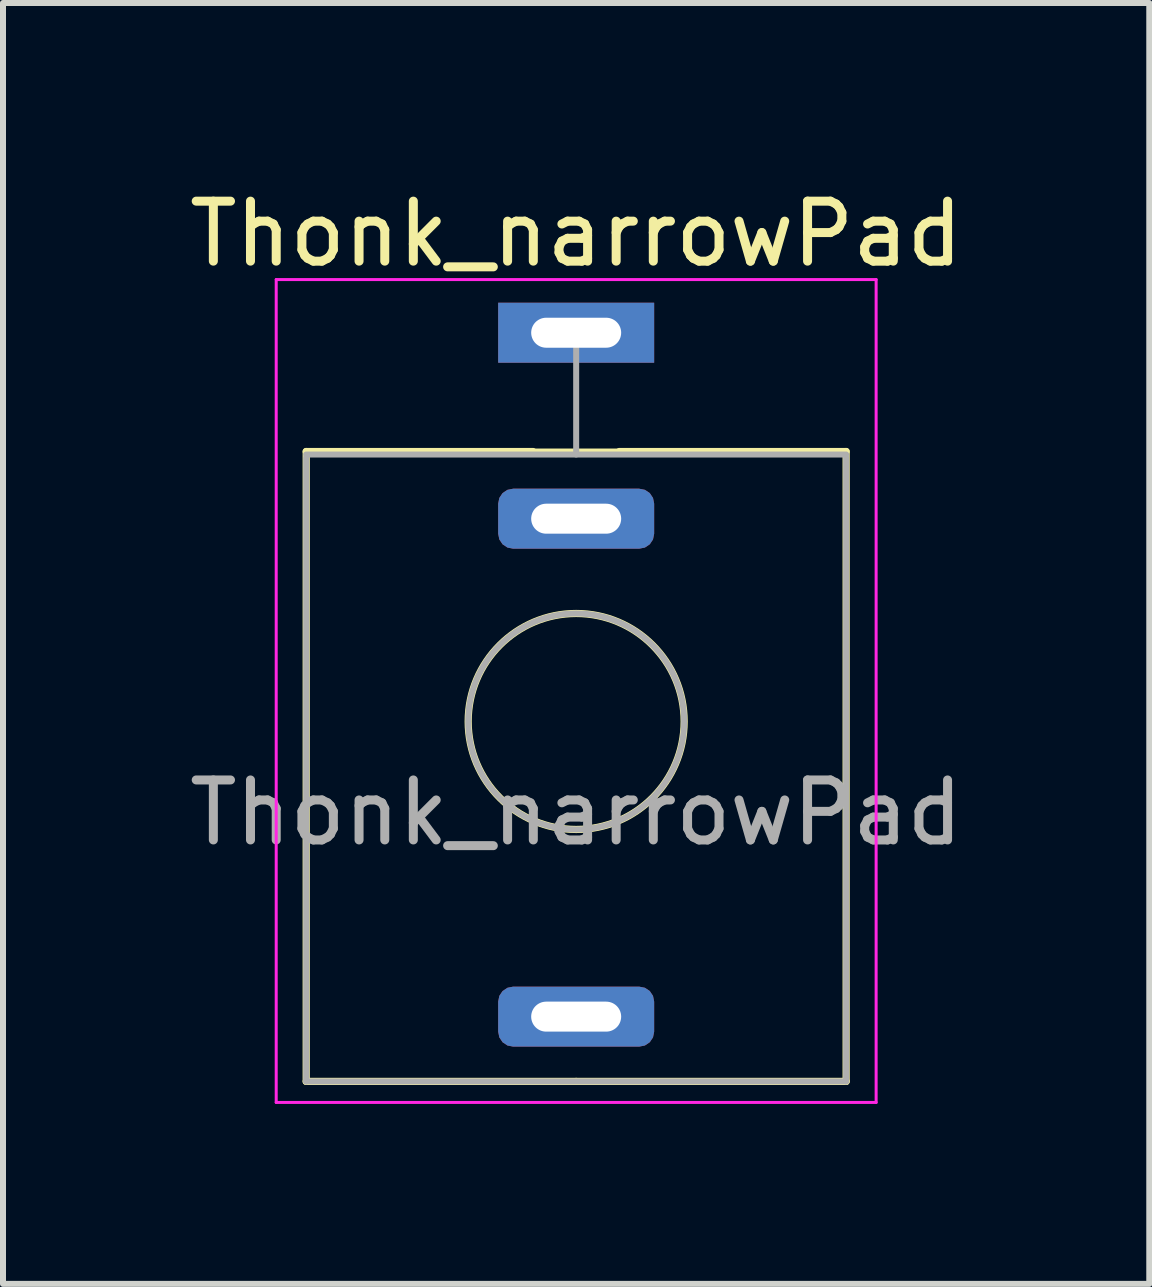
<source format=kicad_pcb>
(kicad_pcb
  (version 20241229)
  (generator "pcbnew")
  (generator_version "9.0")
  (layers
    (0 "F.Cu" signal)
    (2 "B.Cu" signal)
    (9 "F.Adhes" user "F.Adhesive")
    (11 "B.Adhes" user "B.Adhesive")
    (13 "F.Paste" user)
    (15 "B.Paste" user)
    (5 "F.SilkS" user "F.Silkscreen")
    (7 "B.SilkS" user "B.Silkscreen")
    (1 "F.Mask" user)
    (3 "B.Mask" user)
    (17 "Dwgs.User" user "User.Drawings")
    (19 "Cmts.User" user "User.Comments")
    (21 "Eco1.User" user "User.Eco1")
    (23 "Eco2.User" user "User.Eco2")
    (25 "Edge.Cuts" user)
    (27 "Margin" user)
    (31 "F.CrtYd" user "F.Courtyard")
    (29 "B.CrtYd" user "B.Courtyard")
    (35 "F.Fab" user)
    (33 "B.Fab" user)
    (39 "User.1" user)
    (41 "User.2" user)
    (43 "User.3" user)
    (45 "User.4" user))
  (footprint "Thonk_narrowPad"
    (layer "F.Cu")
    (at 6.554 8.976)
    (property "Reference" "Thonk_narrowPad" (at 0 -8.128 180) (layer "F.SilkS") (effects (font (size 1 1) (thickness 0.15))))
    (attr through_hole)
    (fp_line (start -4.5 -4.5) (end -4.5 6) (stroke (width 0.12) (type solid)) (layer "F.SilkS"))
    (fp_line (start -0.72 -4.5) (end -4.5 -4.5) (stroke (width 0.12) (type solid)) (layer "F.SilkS"))
    (fp_line (start 0 6) (end -4.5 6) (stroke (width 0.12) (type solid)) (layer "F.SilkS"))
    (fp_line (start 0.72 -4.5) (end -0.72 -4.5) (stroke (width 0.1) (type default)) (layer "F.SilkS"))
    (fp_line (start 4.5 -4.5) (end 0.72 -4.5) (stroke (width 0.12) (type solid)) (layer "F.SilkS"))
    (fp_line (start 4.5 -4.5) (end 4.5 6) (stroke (width 0.12) (type solid)) (layer "F.SilkS"))
    (fp_line (start 4.5 6) (end 0 6) (stroke (width 0.12) (type solid)) (layer "F.SilkS"))
    (fp_circle (center 0 0) (end 1.8 0) (stroke (width 0.12) (type solid)) (fill no) (layer "F.SilkS"))
    (fp_line (start -5 6.35) (end -5 -7.366) (stroke (width 0.05) (type solid)) (layer "F.CrtYd"))
    (fp_line (start 5 -7.366) (end -5 -7.366) (stroke (width 0.05) (type solid)) (layer "F.CrtYd"))
    (fp_line (start 5 6.35) (end -5 6.35) (stroke (width 0.05) (type solid)) (layer "F.CrtYd"))
    (fp_line (start 5 6.35) (end 5 -7.366) (stroke (width 0.05) (type solid)) (layer "F.CrtYd"))
    (fp_line (start -4.5 6) (end -4.5 -4.4) (stroke (width 0.1) (type solid)) (layer "F.Fab"))
    (fp_line (start 0 -6.48) (end 0 -4.45) (stroke (width 0.1) (type solid)) (layer "F.Fab"))
    (fp_line (start 4.5 -4.45) (end -4.5 -4.45) (stroke (width 0.1) (type solid)) (layer "F.Fab"))
    (fp_line (start 4.5 6) (end -4.5 6) (stroke (width 0.1) (type solid)) (layer "F.Fab"))
    (fp_line (start 4.5 6) (end 4.5 -4.4) (stroke (width 0.1) (type solid)) (layer "F.Fab"))
    (fp_circle (center 0 0) (end 1.8 0) (stroke (width 0.1) (type solid)) (fill no) (layer "F.Fab"))
    (fp_text user "${REFERENCE}" (at 0 1.52 180) (layer "F.Fab") (effects (font (size 1 1) (thickness 0.15))))
    (pad "S" thru_hole rect (at 0 -6.48) (size 2.6 1) (drill oval 1.5 0.5) (layers "*.Cu" "*.Mask"))
    (pad "T" thru_hole roundrect (at 0 4.92) (size 2.6 1) (drill oval 1.5 0.5) (layers "*.Cu" "*.Mask") (roundrect_rratio 0.25))
    (pad "TN" thru_hole roundrect (at 0 -3.38) (size 2.6 1) (drill oval 1.5 0.5) (layers "*.Cu" "*.Mask") (roundrect_rratio 0.25)))
  (gr_rect
    (start -3 -3)
    (end 16.107 18.351)
    (stroke (width 0.1) (type default))
    (fill no)
    (layer "Edge.Cuts")))
</source>
